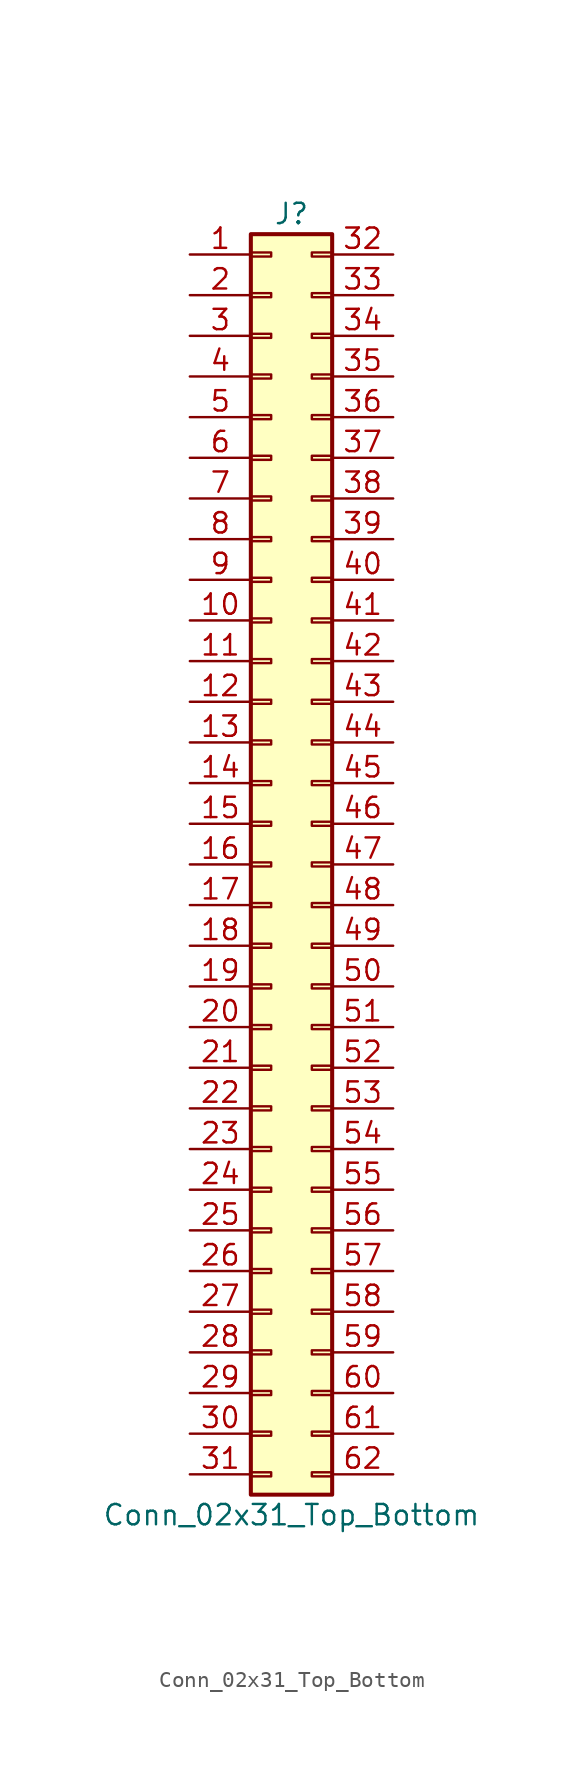
<source format=kicad_sym>
(kicad_symbol_lib
  (version 20220914)
  (generator kicad_symbol_editor)
  (symbol "Conn_02x31_Top_Bottom"
    (pin_names
      (offset 1.016) hide)
    (property "Reference" "J"
      (at 1.27 40.64 0)
      (effects (font (size 1.27 1.27))))
    (property "Value" "Conn_02x31_Top_Bottom"
      (at 1.27 -40.64 0)
      (effects (font (size 1.27 1.27))))
    (symbol "Conn_02x31_Top_Bottom_1_1"
      (rectangle (start -1.27 -37.973) (end 0 -38.227) (stroke (width 0.152) (type solid)) (fill (type none)))
      (rectangle (start -1.27 -35.433) (end 0 -35.687) (stroke (width 0.152) (type solid)) (fill (type none)))
      (rectangle (start -1.27 -32.893) (end 0 -33.147) (stroke (width 0.152) (type solid)) (fill (type none)))
      (rectangle (start -1.27 -30.353) (end 0 -30.607) (stroke (width 0.152) (type solid)) (fill (type none)))
      (rectangle (start -1.27 -27.813) (end 0 -28.067) (stroke (width 0.152) (type solid)) (fill (type none)))
      (rectangle (start -1.27 -25.273) (end 0 -25.527) (stroke (width 0.152) (type solid)) (fill (type none)))
      (rectangle (start -1.27 -22.733) (end 0 -22.987) (stroke (width 0.152) (type solid)) (fill (type none)))
      (rectangle (start -1.27 -20.193) (end 0 -20.447) (stroke (width 0.152) (type solid)) (fill (type none)))
      (rectangle (start -1.27 -17.653) (end 0 -17.907) (stroke (width 0.152) (type solid)) (fill (type none)))
      (rectangle (start -1.27 -15.113) (end 0 -15.367) (stroke (width 0.152) (type solid)) (fill (type none)))
      (rectangle (start -1.27 -12.573) (end 0 -12.827) (stroke (width 0.152) (type solid)) (fill (type none)))
      (rectangle (start -1.27 -10.033) (end 0 -10.287) (stroke (width 0.152) (type solid)) (fill (type none)))
      (rectangle (start -1.27 -7.493) (end 0 -7.747) (stroke (width 0.152) (type solid)) (fill (type none)))
      (rectangle (start -1.27 -4.953) (end 0 -5.207) (stroke (width 0.152) (type solid)) (fill (type none)))
      (rectangle (start -1.27 -2.413) (end 0 -2.667) (stroke (width 0.152) (type solid)) (fill (type none)))
      (rectangle (start -1.27 0.127) (end 0 -0.127) (stroke (width 0.152) (type solid)) (fill (type none)))
      (rectangle (start -1.27 2.667) (end 0 2.413) (stroke (width 0.152) (type solid)) (fill (type none)))
      (rectangle (start -1.27 5.207) (end 0 4.953) (stroke (width 0.152) (type solid)) (fill (type none)))
      (rectangle (start -1.27 7.747) (end 0 7.493) (stroke (width 0.152) (type solid)) (fill (type none)))
      (rectangle (start -1.27 10.287) (end 0 10.033) (stroke (width 0.152) (type solid)) (fill (type none)))
      (rectangle (start -1.27 12.827) (end 0 12.573) (stroke (width 0.152) (type solid)) (fill (type none)))
      (rectangle (start -1.27 15.367) (end 0 15.113) (stroke (width 0.152) (type solid)) (fill (type none)))
      (rectangle (start -1.27 17.907) (end 0 17.653) (stroke (width 0.152) (type solid)) (fill (type none)))
      (rectangle (start -1.27 20.447) (end 0 20.193) (stroke (width 0.152) (type solid)) (fill (type none)))
      (rectangle (start -1.27 22.987) (end 0 22.733) (stroke (width 0.152) (type solid)) (fill (type none)))
      (rectangle (start -1.27 25.527) (end 0 25.273) (stroke (width 0.152) (type solid)) (fill (type none)))
      (rectangle (start -1.27 28.067) (end 0 27.813) (stroke (width 0.152) (type solid)) (fill (type none)))
      (rectangle (start -1.27 30.607) (end 0 30.353) (stroke (width 0.152) (type solid)) (fill (type none)))
      (rectangle (start -1.27 33.147) (end 0 32.893) (stroke (width 0.152) (type solid)) (fill (type none)))
      (rectangle (start -1.27 35.687) (end 0 35.433) (stroke (width 0.152) (type solid)) (fill (type none)))
      (rectangle (start -1.27 38.227) (end 0 37.973) (stroke (width 0.152) (type solid)) (fill (type none)))
      (rectangle (start -1.27 39.37) (end 3.81 -39.37) (stroke (width 0.254) (type solid)) (fill (type background)))
      (rectangle (start 3.81 -37.973) (end 2.54 -38.227) (stroke (width 0.152) (type solid)) (fill (type none)))
      (rectangle (start 3.81 -35.433) (end 2.54 -35.687) (stroke (width 0.152) (type solid)) (fill (type none)))
      (rectangle (start 3.81 -32.893) (end 2.54 -33.147) (stroke (width 0.152) (type solid)) (fill (type none)))
      (rectangle (start 3.81 -30.353) (end 2.54 -30.607) (stroke (width 0.152) (type solid)) (fill (type none)))
      (rectangle (start 3.81 -27.813) (end 2.54 -28.067) (stroke (width 0.152) (type solid)) (fill (type none)))
      (rectangle (start 3.81 -25.273) (end 2.54 -25.527) (stroke (width 0.152) (type solid)) (fill (type none)))
      (rectangle (start 3.81 -22.733) (end 2.54 -22.987) (stroke (width 0.152) (type solid)) (fill (type none)))
      (rectangle (start 3.81 -20.193) (end 2.54 -20.447) (stroke (width 0.152) (type solid)) (fill (type none)))
      (rectangle (start 3.81 -17.653) (end 2.54 -17.907) (stroke (width 0.152) (type solid)) (fill (type none)))
      (rectangle (start 3.81 -15.113) (end 2.54 -15.367) (stroke (width 0.152) (type solid)) (fill (type none)))
      (rectangle (start 3.81 -12.573) (end 2.54 -12.827) (stroke (width 0.152) (type solid)) (fill (type none)))
      (rectangle (start 3.81 -10.033) (end 2.54 -10.287) (stroke (width 0.152) (type solid)) (fill (type none)))
      (rectangle (start 3.81 -7.493) (end 2.54 -7.747) (stroke (width 0.152) (type solid)) (fill (type none)))
      (rectangle (start 3.81 -4.953) (end 2.54 -5.207) (stroke (width 0.152) (type solid)) (fill (type none)))
      (rectangle (start 3.81 -2.413) (end 2.54 -2.667) (stroke (width 0.152) (type solid)) (fill (type none)))
      (rectangle (start 3.81 0.127) (end 2.54 -0.127) (stroke (width 0.152) (type solid)) (fill (type none)))
      (rectangle (start 3.81 2.667) (end 2.54 2.413) (stroke (width 0.152) (type solid)) (fill (type none)))
      (rectangle (start 3.81 5.207) (end 2.54 4.953) (stroke (width 0.152) (type solid)) (fill (type none)))
      (rectangle (start 3.81 7.747) (end 2.54 7.493) (stroke (width 0.152) (type solid)) (fill (type none)))
      (rectangle (start 3.81 10.287) (end 2.54 10.033) (stroke (width 0.152) (type solid)) (fill (type none)))
      (rectangle (start 3.81 12.827) (end 2.54 12.573) (stroke (width 0.152) (type solid)) (fill (type none)))
      (rectangle (start 3.81 15.367) (end 2.54 15.113) (stroke (width 0.152) (type solid)) (fill (type none)))
      (rectangle (start 3.81 17.907) (end 2.54 17.653) (stroke (width 0.152) (type solid)) (fill (type none)))
      (rectangle (start 3.81 20.447) (end 2.54 20.193) (stroke (width 0.152) (type solid)) (fill (type none)))
      (rectangle (start 3.81 22.987) (end 2.54 22.733) (stroke (width 0.152) (type solid)) (fill (type none)))
      (rectangle (start 3.81 25.527) (end 2.54 25.273) (stroke (width 0.152) (type solid)) (fill (type none)))
      (rectangle (start 3.81 28.067) (end 2.54 27.813) (stroke (width 0.152) (type solid)) (fill (type none)))
      (rectangle (start 3.81 30.607) (end 2.54 30.353) (stroke (width 0.152) (type solid)) (fill (type none)))
      (rectangle (start 3.81 33.147) (end 2.54 32.893) (stroke (width 0.152) (type solid)) (fill (type none)))
      (rectangle (start 3.81 35.687) (end 2.54 35.433) (stroke (width 0.152) (type solid)) (fill (type none)))
      (rectangle (start 3.81 38.227) (end 2.54 37.973) (stroke (width 0.152) (type solid)) (fill (type none)))
      (pin passive line (at -5.08 38.1 0) (length 3.81) (name "Pin_1" (effects (font (size 1.27 1.27)))) (number "1" (effects (font (size 1.27 1.27)))))
      (pin passive line (at -5.08 15.24 0) (length 3.81) (name "Pin_10" (effects (font (size 1.27 1.27)))) (number "10" (effects (font (size 1.27 1.27)))))
      (pin passive line (at -5.08 12.7 0) (length 3.81) (name "Pin_11" (effects (font (size 1.27 1.27)))) (number "11" (effects (font (size 1.27 1.27)))))
      (pin passive line (at -5.08 10.16 0) (length 3.81) (name "Pin_12" (effects (font (size 1.27 1.27)))) (number "12" (effects (font (size 1.27 1.27)))))
      (pin passive line (at -5.08 7.62 0) (length 3.81) (name "Pin_13" (effects (font (size 1.27 1.27)))) (number "13" (effects (font (size 1.27 1.27)))))
      (pin passive line (at -5.08 5.08 0) (length 3.81) (name "Pin_14" (effects (font (size 1.27 1.27)))) (number "14" (effects (font (size 1.27 1.27)))))
      (pin passive line (at -5.08 2.54 0) (length 3.81) (name "Pin_15" (effects (font (size 1.27 1.27)))) (number "15" (effects (font (size 1.27 1.27)))))
      (pin passive line (at -5.08 0 0) (length 3.81) (name "Pin_16" (effects (font (size 1.27 1.27)))) (number "16" (effects (font (size 1.27 1.27)))))
      (pin passive line (at -5.08 -2.54 0) (length 3.81) (name "Pin_17" (effects (font (size 1.27 1.27)))) (number "17" (effects (font (size 1.27 1.27)))))
      (pin passive line (at -5.08 -5.08 0) (length 3.81) (name "Pin_18" (effects (font (size 1.27 1.27)))) (number "18" (effects (font (size 1.27 1.27)))))
      (pin passive line (at -5.08 -7.62 0) (length 3.81) (name "Pin_19" (effects (font (size 1.27 1.27)))) (number "19" (effects (font (size 1.27 1.27)))))
      (pin passive line (at -5.08 35.56 0) (length 3.81) (name "Pin_2" (effects (font (size 1.27 1.27)))) (number "2" (effects (font (size 1.27 1.27)))))
      (pin passive line (at -5.08 -10.16 0) (length 3.81) (name "Pin_20" (effects (font (size 1.27 1.27)))) (number "20" (effects (font (size 1.27 1.27)))))
      (pin passive line (at -5.08 -12.7 0) (length 3.81) (name "Pin_21" (effects (font (size 1.27 1.27)))) (number "21" (effects (font (size 1.27 1.27)))))
      (pin passive line (at -5.08 -15.24 0) (length 3.81) (name "Pin_22" (effects (font (size 1.27 1.27)))) (number "22" (effects (font (size 1.27 1.27)))))
      (pin passive line (at -5.08 -17.78 0) (length 3.81) (name "Pin_23" (effects (font (size 1.27 1.27)))) (number "23" (effects (font (size 1.27 1.27)))))
      (pin passive line (at -5.08 -20.32 0) (length 3.81) (name "Pin_24" (effects (font (size 1.27 1.27)))) (number "24" (effects (font (size 1.27 1.27)))))
      (pin passive line (at -5.08 -22.86 0) (length 3.81) (name "Pin_25" (effects (font (size 1.27 1.27)))) (number "25" (effects (font (size 1.27 1.27)))))
      (pin passive line (at -5.08 -25.4 0) (length 3.81) (name "Pin_26" (effects (font (size 1.27 1.27)))) (number "26" (effects (font (size 1.27 1.27)))))
      (pin passive line (at -5.08 -27.94 0) (length 3.81) (name "Pin_27" (effects (font (size 1.27 1.27)))) (number "27" (effects (font (size 1.27 1.27)))))
      (pin passive line (at -5.08 -30.48 0) (length 3.81) (name "Pin_28" (effects (font (size 1.27 1.27)))) (number "28" (effects (font (size 1.27 1.27)))))
      (pin passive line (at -5.08 -33.02 0) (length 3.81) (name "Pin_29" (effects (font (size 1.27 1.27)))) (number "29" (effects (font (size 1.27 1.27)))))
      (pin passive line (at -5.08 33.02 0) (length 3.81) (name "Pin_3" (effects (font (size 1.27 1.27)))) (number "3" (effects (font (size 1.27 1.27)))))
      (pin passive line (at -5.08 -35.56 0) (length 3.81) (name "Pin_30" (effects (font (size 1.27 1.27)))) (number "30" (effects (font (size 1.27 1.27)))))
      (pin passive line (at -5.08 -38.1 0) (length 3.81) (name "Pin_31" (effects (font (size 1.27 1.27)))) (number "31" (effects (font (size 1.27 1.27)))))
      (pin passive line (at 7.62 38.1 180) (length 3.81) (name "Pin_32" (effects (font (size 1.27 1.27)))) (number "32" (effects (font (size 1.27 1.27)))))
      (pin passive line (at 7.62 35.56 180) (length 3.81) (name "Pin_33" (effects (font (size 1.27 1.27)))) (number "33" (effects (font (size 1.27 1.27)))))
      (pin passive line (at 7.62 33.02 180) (length 3.81) (name "Pin_34" (effects (font (size 1.27 1.27)))) (number "34" (effects (font (size 1.27 1.27)))))
      (pin passive line (at 7.62 30.48 180) (length 3.81) (name "Pin_35" (effects (font (size 1.27 1.27)))) (number "35" (effects (font (size 1.27 1.27)))))
      (pin passive line (at 7.62 27.94 180) (length 3.81) (name "Pin_36" (effects (font (size 1.27 1.27)))) (number "36" (effects (font (size 1.27 1.27)))))
      (pin passive line (at 7.62 25.4 180) (length 3.81) (name "Pin_37" (effects (font (size 1.27 1.27)))) (number "37" (effects (font (size 1.27 1.27)))))
      (pin passive line (at 7.62 22.86 180) (length 3.81) (name "Pin_38" (effects (font (size 1.27 1.27)))) (number "38" (effects (font (size 1.27 1.27)))))
      (pin passive line (at 7.62 20.32 180) (length 3.81) (name "Pin_39" (effects (font (size 1.27 1.27)))) (number "39" (effects (font (size 1.27 1.27)))))
      (pin passive line (at -5.08 30.48 0) (length 3.81) (name "Pin_4" (effects (font (size 1.27 1.27)))) (number "4" (effects (font (size 1.27 1.27)))))
      (pin passive line (at 7.62 17.78 180) (length 3.81) (name "Pin_40" (effects (font (size 1.27 1.27)))) (number "40" (effects (font (size 1.27 1.27)))))
      (pin passive line (at 7.62 15.24 180) (length 3.81) (name "Pin_41" (effects (font (size 1.27 1.27)))) (number "41" (effects (font (size 1.27 1.27)))))
      (pin passive line (at 7.62 12.7 180) (length 3.81) (name "Pin_42" (effects (font (size 1.27 1.27)))) (number "42" (effects (font (size 1.27 1.27)))))
      (pin passive line (at 7.62 10.16 180) (length 3.81) (name "Pin_43" (effects (font (size 1.27 1.27)))) (number "43" (effects (font (size 1.27 1.27)))))
      (pin passive line (at 7.62 7.62 180) (length 3.81) (name "Pin_44" (effects (font (size 1.27 1.27)))) (number "44" (effects (font (size 1.27 1.27)))))
      (pin passive line (at 7.62 5.08 180) (length 3.81) (name "Pin_45" (effects (font (size 1.27 1.27)))) (number "45" (effects (font (size 1.27 1.27)))))
      (pin passive line (at 7.62 2.54 180) (length 3.81) (name "Pin_46" (effects (font (size 1.27 1.27)))) (number "46" (effects (font (size 1.27 1.27)))))
      (pin passive line (at 7.62 0 180) (length 3.81) (name "Pin_47" (effects (font (size 1.27 1.27)))) (number "47" (effects (font (size 1.27 1.27)))))
      (pin passive line (at 7.62 -2.54 180) (length 3.81) (name "Pin_48" (effects (font (size 1.27 1.27)))) (number "48" (effects (font (size 1.27 1.27)))))
      (pin passive line (at 7.62 -5.08 180) (length 3.81) (name "Pin_49" (effects (font (size 1.27 1.27)))) (number "49" (effects (font (size 1.27 1.27)))))
      (pin passive line (at -5.08 27.94 0) (length 3.81) (name "Pin_5" (effects (font (size 1.27 1.27)))) (number "5" (effects (font (size 1.27 1.27)))))
      (pin passive line (at 7.62 -7.62 180) (length 3.81) (name "Pin_50" (effects (font (size 1.27 1.27)))) (number "50" (effects (font (size 1.27 1.27)))))
      (pin passive line (at 7.62 -10.16 180) (length 3.81) (name "Pin_51" (effects (font (size 1.27 1.27)))) (number "51" (effects (font (size 1.27 1.27)))))
      (pin passive line (at 7.62 -12.7 180) (length 3.81) (name "Pin_52" (effects (font (size 1.27 1.27)))) (number "52" (effects (font (size 1.27 1.27)))))
      (pin passive line (at 7.62 -15.24 180) (length 3.81) (name "Pin_53" (effects (font (size 1.27 1.27)))) (number "53" (effects (font (size 1.27 1.27)))))
      (pin passive line (at 7.62 -17.78 180) (length 3.81) (name "Pin_54" (effects (font (size 1.27 1.27)))) (number "54" (effects (font (size 1.27 1.27)))))
      (pin passive line (at 7.62 -20.32 180) (length 3.81) (name "Pin_55" (effects (font (size 1.27 1.27)))) (number "55" (effects (font (size 1.27 1.27)))))
      (pin passive line (at 7.62 -22.86 180) (length 3.81) (name "Pin_56" (effects (font (size 1.27 1.27)))) (number "56" (effects (font (size 1.27 1.27)))))
      (pin passive line (at 7.62 -25.4 180) (length 3.81) (name "Pin_57" (effects (font (size 1.27 1.27)))) (number "57" (effects (font (size 1.27 1.27)))))
      (pin passive line (at 7.62 -27.94 180) (length 3.81) (name "Pin_58" (effects (font (size 1.27 1.27)))) (number "58" (effects (font (size 1.27 1.27)))))
      (pin passive line (at 7.62 -30.48 180) (length 3.81) (name "Pin_59" (effects (font (size 1.27 1.27)))) (number "59" (effects (font (size 1.27 1.27)))))
      (pin passive line (at -5.08 25.4 0) (length 3.81) (name "Pin_6" (effects (font (size 1.27 1.27)))) (number "6" (effects (font (size 1.27 1.27)))))
      (pin passive line (at 7.62 -33.02 180) (length 3.81) (name "Pin_60" (effects (font (size 1.27 1.27)))) (number "60" (effects (font (size 1.27 1.27)))))
      (pin passive line (at 7.62 -35.56 180) (length 3.81) (name "Pin_61" (effects (font (size 1.27 1.27)))) (number "61" (effects (font (size 1.27 1.27)))))
      (pin passive line (at 7.62 -38.1 180) (length 3.81) (name "Pin_62" (effects (font (size 1.27 1.27)))) (number "62" (effects (font (size 1.27 1.27)))))
      (pin passive line (at -5.08 22.86 0) (length 3.81) (name "Pin_7" (effects (font (size 1.27 1.27)))) (number "7" (effects (font (size 1.27 1.27)))))
      (pin passive line (at -5.08 20.32 0) (length 3.81) (name "Pin_8" (effects (font (size 1.27 1.27)))) (number "8" (effects (font (size 1.27 1.27)))))
      (pin passive line (at -5.08 17.78 0) (length 3.81) (name "Pin_9" (effects (font (size 1.27 1.27)))) (number "9" (effects (font (size 1.27 1.27))))))))
</source>
